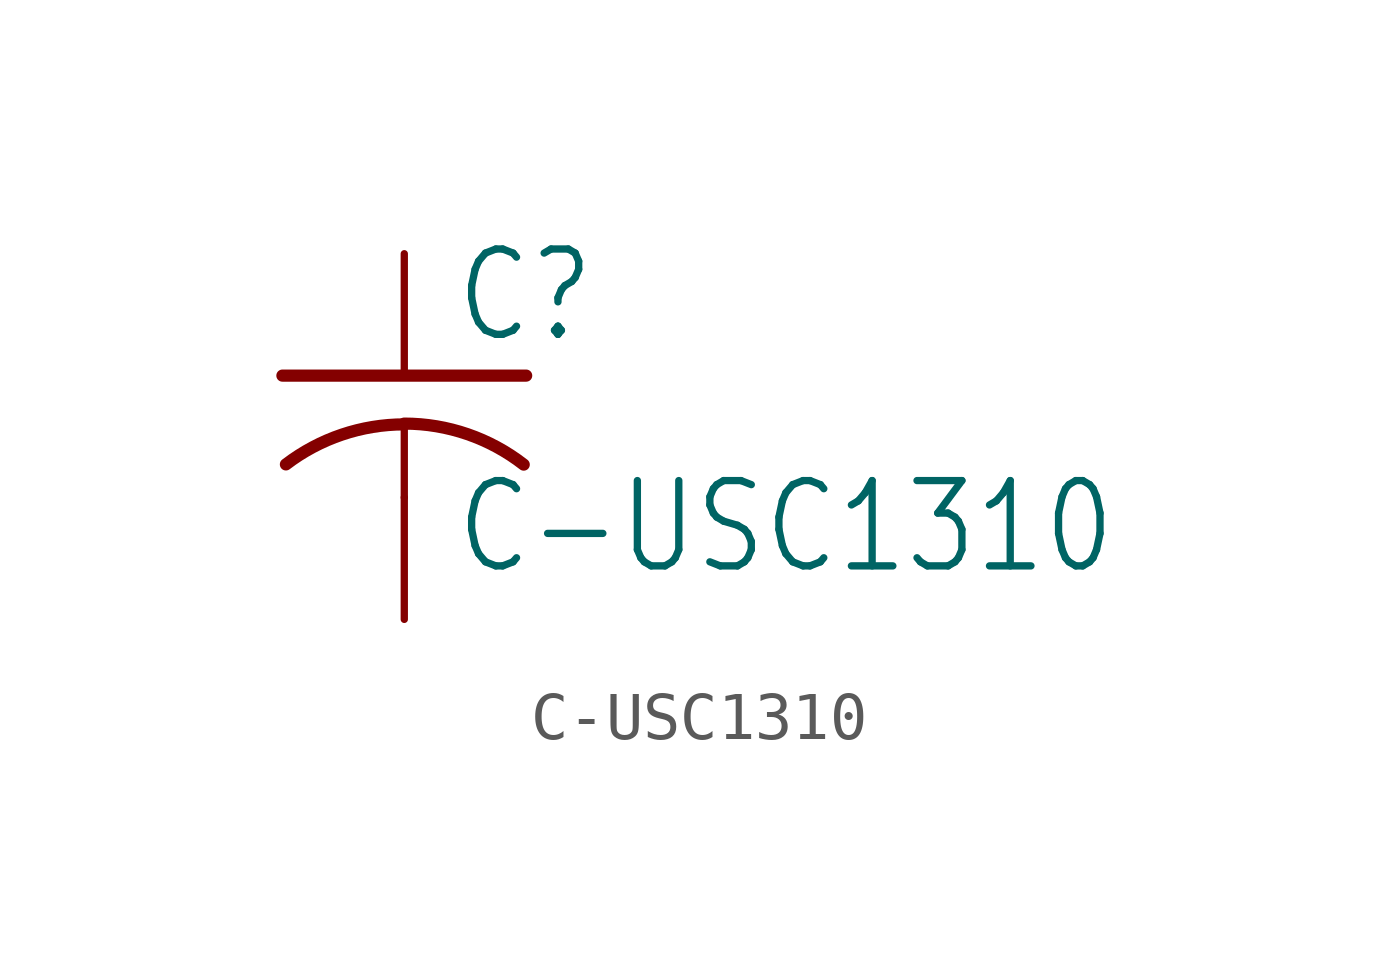
<source format=kicad_sym>
(kicad_symbol_lib
  (version 20201005)
  (generator kicad_symbol_editor)
  (symbol "C-USC1310"
    (property "Reference" "C"
      (at 1.016 0.635 0)
      (effects (font (size 1.778 1.511)) (justify left bottom)))
    (property "Value" "C-USC1310"
      (at 1.016 -4.191 0)
      (effects (font (size 1.778 1.511)) (justify left bottom)))
    (property "ki_locked" ""
      (at 0 0 0)
      (effects (font (size 1.27 1.27))))
    (symbol "C-USC1310_1_0"
      (arc (start 0 -1.0161) (end -2.4668 -1.8504) (radius (at 0 -5.0799) (length 4.0638) (angles 90 127.4)) (stroke (width 0.254)) (fill (type none)))
      (arc (start 2.4892 -1.8542) (end 0 -1) (radius (at 0 -5.0542) (length 4.0541) (angles 52.1 90)) (stroke (width 0.254)) (fill (type none)))
      (polyline (pts (xy -2.54 0) (xy 2.54 0)) (stroke (width 0.254)) (fill (type none)))
      (polyline (pts (xy 0 -1.016) (xy 0 -2.54)) (stroke (width 0.152)) (fill (type none)))
      (pin passive line (at 0 2.54 270) (length 2.54) (name "1" (effects (font (size 0 0)))) (number "1" (effects (font (size 0 0)))))
      (pin passive line (at 0 -5.08 90) (length 2.54) (name "2" (effects (font (size 0 0)))) (number "2" (effects (font (size 0 0))))))))
</source>
